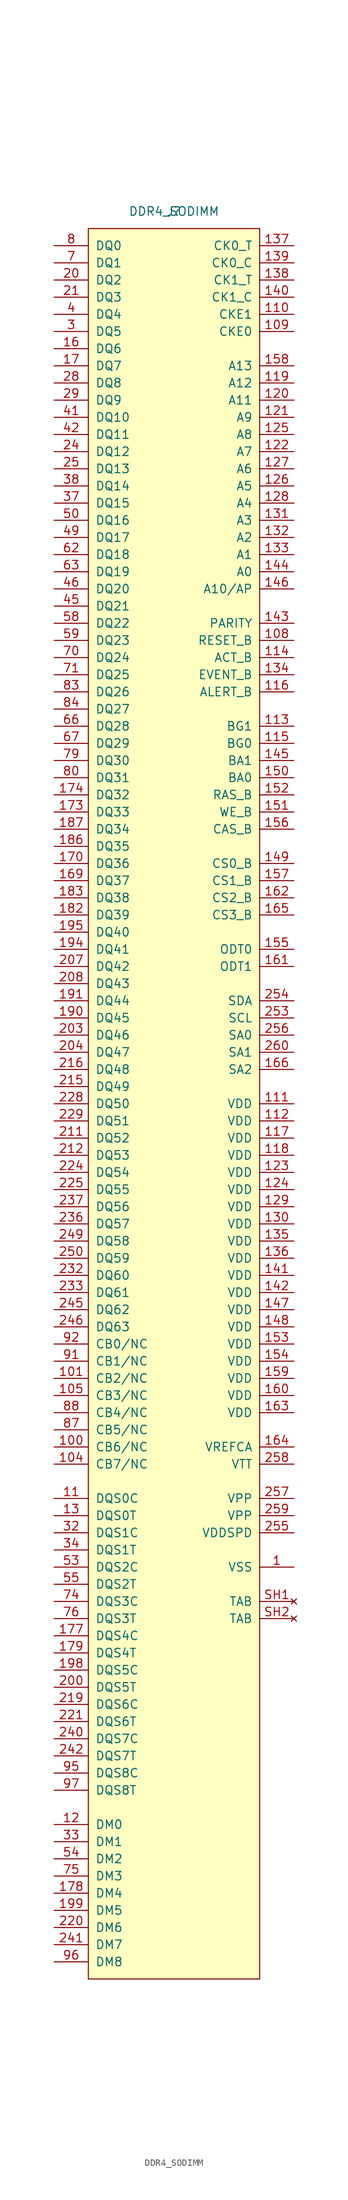
<source format=kicad_sym>
(kicad_symbol_lib
  (version 20211014)
  (generator kicad_symbol_editor)
  (symbol "DDR4_SODIMM"
    (pin_names
      (offset 1.016))
    (property "Reference" "J"
      (at 0 0 0)
      (effects (font (size 1.27 1.27))))
    (property "Value" "DDR4_SODIMM"
      (at 0 0 0)
      (effects (font (size 1.27 1.27))))
    (symbol "DDR4_SODIMM_0_1"
      (rectangle (start -12.7 -2.54) (end 12.7 -261.62) (stroke (width 0) (type default) (color 0 0 0 0)) (fill (type background))))
    (symbol "DDR4_SODIMM_1_1"
      (pin power_in line (at 17.78 -200.66 180) (length 5.08) (name "VSS" (effects (font (size 1.27 1.27)))) (number "1" (effects (font (size 1.27 1.27)))))
      (pin power_in line (at 17.78 -200.66 180) (length 5.08) hide (name "VSS" (effects (font (size 1.27 1.27)))) (number "10" (effects (font (size 1.27 1.27)))))
      (pin bidirectional line (at -17.78 -182.88 0) (length 5.08) (name "CB6/NC" (effects (font (size 1.27 1.27)))) (number "100" (effects (font (size 1.27 1.27)))))
      (pin bidirectional line (at -17.78 -172.72 0) (length 5.08) (name "CB2/NC" (effects (font (size 1.27 1.27)))) (number "101" (effects (font (size 1.27 1.27)))))
      (pin power_in line (at 17.78 -200.66 180) (length 5.08) hide (name "VSS" (effects (font (size 1.27 1.27)))) (number "102" (effects (font (size 1.27 1.27)))))
      (pin power_in line (at 17.78 -200.66 180) (length 5.08) hide (name "VSS" (effects (font (size 1.27 1.27)))) (number "103" (effects (font (size 1.27 1.27)))))
      (pin bidirectional line (at -17.78 -185.42 0) (length 5.08) (name "CB7/NC" (effects (font (size 1.27 1.27)))) (number "104" (effects (font (size 1.27 1.27)))))
      (pin bidirectional line (at -17.78 -175.26 0) (length 5.08) (name "CB3/NC" (effects (font (size 1.27 1.27)))) (number "105" (effects (font (size 1.27 1.27)))))
      (pin power_in line (at 17.78 -200.66 180) (length 5.08) hide (name "VSS" (effects (font (size 1.27 1.27)))) (number "106" (effects (font (size 1.27 1.27)))))
      (pin power_in line (at 17.78 -200.66 180) (length 5.08) hide (name "VSS" (effects (font (size 1.27 1.27)))) (number "107" (effects (font (size 1.27 1.27)))))
      (pin input line (at 17.78 -63.5 180) (length 5.08) (name "RESET_B" (effects (font (size 1.27 1.27)))) (number "108" (effects (font (size 1.27 1.27)))))
      (pin input line (at 17.78 -17.78 180) (length 5.08) (name "CKE0" (effects (font (size 1.27 1.27)))) (number "109" (effects (font (size 1.27 1.27)))))
      (pin bidirectional line (at -17.78 -190.5 0) (length 5.08) (name "DQS0C" (effects (font (size 1.27 1.27)))) (number "11" (effects (font (size 1.27 1.27)))))
      (pin input line (at 17.78 -15.24 180) (length 5.08) (name "CKE1" (effects (font (size 1.27 1.27)))) (number "110" (effects (font (size 1.27 1.27)))))
      (pin power_in line (at 17.78 -132.08 180) (length 5.08) (name "VDD" (effects (font (size 1.27 1.27)))) (number "111" (effects (font (size 1.27 1.27)))))
      (pin power_in line (at 17.78 -134.62 180) (length 5.08) (name "VDD" (effects (font (size 1.27 1.27)))) (number "112" (effects (font (size 1.27 1.27)))))
      (pin input line (at 17.78 -76.2 180) (length 5.08) (name "BG1" (effects (font (size 1.27 1.27)))) (number "113" (effects (font (size 1.27 1.27)))))
      (pin input line (at 17.78 -66.04 180) (length 5.08) (name "ACT_B" (effects (font (size 1.27 1.27)))) (number "114" (effects (font (size 1.27 1.27)))))
      (pin input line (at 17.78 -78.74 180) (length 5.08) (name "BG0" (effects (font (size 1.27 1.27)))) (number "115" (effects (font (size 1.27 1.27)))))
      (pin input line (at 17.78 -71.12 180) (length 5.08) (name "ALERT_B" (effects (font (size 1.27 1.27)))) (number "116" (effects (font (size 1.27 1.27)))))
      (pin power_in line (at 17.78 -137.16 180) (length 5.08) (name "VDD" (effects (font (size 1.27 1.27)))) (number "117" (effects (font (size 1.27 1.27)))))
      (pin power_in line (at 17.78 -139.7 180) (length 5.08) (name "VDD" (effects (font (size 1.27 1.27)))) (number "118" (effects (font (size 1.27 1.27)))))
      (pin input line (at 17.78 -25.4 180) (length 5.08) (name "A12" (effects (font (size 1.27 1.27)))) (number "119" (effects (font (size 1.27 1.27)))))
      (pin input line (at -17.78 -238.76 0) (length 5.08) (name "DM0" (effects (font (size 1.27 1.27)))) (number "12" (effects (font (size 1.27 1.27)))))
      (pin input line (at 17.78 -27.94 180) (length 5.08) (name "A11" (effects (font (size 1.27 1.27)))) (number "120" (effects (font (size 1.27 1.27)))))
      (pin input line (at 17.78 -30.48 180) (length 5.08) (name "A9" (effects (font (size 1.27 1.27)))) (number "121" (effects (font (size 1.27 1.27)))))
      (pin input line (at 17.78 -35.56 180) (length 5.08) (name "A7" (effects (font (size 1.27 1.27)))) (number "122" (effects (font (size 1.27 1.27)))))
      (pin power_in line (at 17.78 -142.24 180) (length 5.08) (name "VDD" (effects (font (size 1.27 1.27)))) (number "123" (effects (font (size 1.27 1.27)))))
      (pin power_in line (at 17.78 -144.78 180) (length 5.08) (name "VDD" (effects (font (size 1.27 1.27)))) (number "124" (effects (font (size 1.27 1.27)))))
      (pin input line (at 17.78 -33.02 180) (length 5.08) (name "A8" (effects (font (size 1.27 1.27)))) (number "125" (effects (font (size 1.27 1.27)))))
      (pin input line (at 17.78 -40.64 180) (length 5.08) (name "A5" (effects (font (size 1.27 1.27)))) (number "126" (effects (font (size 1.27 1.27)))))
      (pin input line (at 17.78 -38.1 180) (length 5.08) (name "A6" (effects (font (size 1.27 1.27)))) (number "127" (effects (font (size 1.27 1.27)))))
      (pin input line (at 17.78 -43.18 180) (length 5.08) (name "A4" (effects (font (size 1.27 1.27)))) (number "128" (effects (font (size 1.27 1.27)))))
      (pin power_in line (at 17.78 -147.32 180) (length 5.08) (name "VDD" (effects (font (size 1.27 1.27)))) (number "129" (effects (font (size 1.27 1.27)))))
      (pin bidirectional line (at -17.78 -193.04 0) (length 5.08) (name "DQS0T" (effects (font (size 1.27 1.27)))) (number "13" (effects (font (size 1.27 1.27)))))
      (pin power_in line (at 17.78 -149.86 180) (length 5.08) (name "VDD" (effects (font (size 1.27 1.27)))) (number "130" (effects (font (size 1.27 1.27)))))
      (pin input line (at 17.78 -45.72 180) (length 5.08) (name "A3" (effects (font (size 1.27 1.27)))) (number "131" (effects (font (size 1.27 1.27)))))
      (pin input line (at 17.78 -48.26 180) (length 5.08) (name "A2" (effects (font (size 1.27 1.27)))) (number "132" (effects (font (size 1.27 1.27)))))
      (pin input line (at 17.78 -50.8 180) (length 5.08) (name "A1" (effects (font (size 1.27 1.27)))) (number "133" (effects (font (size 1.27 1.27)))))
      (pin input line (at 17.78 -68.58 180) (length 5.08) (name "EVENT_B" (effects (font (size 1.27 1.27)))) (number "134" (effects (font (size 1.27 1.27)))))
      (pin power_in line (at 17.78 -152.4 180) (length 5.08) (name "VDD" (effects (font (size 1.27 1.27)))) (number "135" (effects (font (size 1.27 1.27)))))
      (pin power_in line (at 17.78 -154.94 180) (length 5.08) (name "VDD" (effects (font (size 1.27 1.27)))) (number "136" (effects (font (size 1.27 1.27)))))
      (pin input line (at 17.78 -5.08 180) (length 5.08) (name "CK0_T" (effects (font (size 1.27 1.27)))) (number "137" (effects (font (size 1.27 1.27)))))
      (pin input line (at 17.78 -10.16 180) (length 5.08) (name "CK1_T" (effects (font (size 1.27 1.27)))) (number "138" (effects (font (size 1.27 1.27)))))
      (pin input line (at 17.78 -7.62 180) (length 5.08) (name "CK0_C" (effects (font (size 1.27 1.27)))) (number "139" (effects (font (size 1.27 1.27)))))
      (pin power_in line (at 17.78 -200.66 180) (length 5.08) hide (name "VSS" (effects (font (size 1.27 1.27)))) (number "14" (effects (font (size 1.27 1.27)))))
      (pin input line (at 17.78 -12.7 180) (length 5.08) (name "CK1_C" (effects (font (size 1.27 1.27)))) (number "140" (effects (font (size 1.27 1.27)))))
      (pin power_in line (at 17.78 -157.48 180) (length 5.08) (name "VDD" (effects (font (size 1.27 1.27)))) (number "141" (effects (font (size 1.27 1.27)))))
      (pin power_in line (at 17.78 -160.02 180) (length 5.08) (name "VDD" (effects (font (size 1.27 1.27)))) (number "142" (effects (font (size 1.27 1.27)))))
      (pin input line (at 17.78 -60.96 180) (length 5.08) (name "PARITY" (effects (font (size 1.27 1.27)))) (number "143" (effects (font (size 1.27 1.27)))))
      (pin input line (at 17.78 -53.34 180) (length 5.08) (name "A0" (effects (font (size 1.27 1.27)))) (number "144" (effects (font (size 1.27 1.27)))))
      (pin input line (at 17.78 -81.28 180) (length 5.08) (name "BA1" (effects (font (size 1.27 1.27)))) (number "145" (effects (font (size 1.27 1.27)))))
      (pin input line (at 17.78 -55.88 180) (length 5.08) (name "A10/AP" (effects (font (size 1.27 1.27)))) (number "146" (effects (font (size 1.27 1.27)))))
      (pin power_in line (at 17.78 -162.56 180) (length 5.08) (name "VDD" (effects (font (size 1.27 1.27)))) (number "147" (effects (font (size 1.27 1.27)))))
      (pin power_in line (at 17.78 -165.1 180) (length 5.08) (name "VDD" (effects (font (size 1.27 1.27)))) (number "148" (effects (font (size 1.27 1.27)))))
      (pin input line (at 17.78 -96.52 180) (length 5.08) (name "CS0_B" (effects (font (size 1.27 1.27)))) (number "149" (effects (font (size 1.27 1.27)))))
      (pin power_in line (at 17.78 -200.66 180) (length 5.08) hide (name "VSS" (effects (font (size 1.27 1.27)))) (number "15" (effects (font (size 1.27 1.27)))))
      (pin input line (at 17.78 -83.82 180) (length 5.08) (name "BA0" (effects (font (size 1.27 1.27)))) (number "150" (effects (font (size 1.27 1.27)))))
      (pin input line (at 17.78 -88.9 180) (length 5.08) (name "WE_B" (effects (font (size 1.27 1.27)))) (number "151" (effects (font (size 1.27 1.27)))))
      (pin input line (at 17.78 -86.36 180) (length 5.08) (name "RAS_B" (effects (font (size 1.27 1.27)))) (number "152" (effects (font (size 1.27 1.27)))))
      (pin power_in line (at 17.78 -167.64 180) (length 5.08) (name "VDD" (effects (font (size 1.27 1.27)))) (number "153" (effects (font (size 1.27 1.27)))))
      (pin power_in line (at 17.78 -170.18 180) (length 5.08) (name "VDD" (effects (font (size 1.27 1.27)))) (number "154" (effects (font (size 1.27 1.27)))))
      (pin input line (at 17.78 -109.22 180) (length 5.08) (name "ODT0" (effects (font (size 1.27 1.27)))) (number "155" (effects (font (size 1.27 1.27)))))
      (pin input line (at 17.78 -91.44 180) (length 5.08) (name "CAS_B" (effects (font (size 1.27 1.27)))) (number "156" (effects (font (size 1.27 1.27)))))
      (pin input line (at 17.78 -99.06 180) (length 5.08) (name "CS1_B" (effects (font (size 1.27 1.27)))) (number "157" (effects (font (size 1.27 1.27)))))
      (pin input line (at 17.78 -22.86 180) (length 5.08) (name "A13" (effects (font (size 1.27 1.27)))) (number "158" (effects (font (size 1.27 1.27)))))
      (pin power_in line (at 17.78 -172.72 180) (length 5.08) (name "VDD" (effects (font (size 1.27 1.27)))) (number "159" (effects (font (size 1.27 1.27)))))
      (pin bidirectional line (at -17.78 -20.32 0) (length 5.08) (name "DQ6" (effects (font (size 1.27 1.27)))) (number "16" (effects (font (size 1.27 1.27)))))
      (pin power_in line (at 17.78 -175.26 180) (length 5.08) (name "VDD" (effects (font (size 1.27 1.27)))) (number "160" (effects (font (size 1.27 1.27)))))
      (pin input line (at 17.78 -111.76 180) (length 5.08) (name "ODT1" (effects (font (size 1.27 1.27)))) (number "161" (effects (font (size 1.27 1.27)))))
      (pin input line (at 17.78 -101.6 180) (length 5.08) (name "CS2_B" (effects (font (size 1.27 1.27)))) (number "162" (effects (font (size 1.27 1.27)))))
      (pin power_in line (at 17.78 -177.8 180) (length 5.08) (name "VDD" (effects (font (size 1.27 1.27)))) (number "163" (effects (font (size 1.27 1.27)))))
      (pin power_in line (at 17.78 -182.88 180) (length 5.08) (name "VREFCA" (effects (font (size 1.27 1.27)))) (number "164" (effects (font (size 1.27 1.27)))))
      (pin input line (at 17.78 -104.14 180) (length 5.08) (name "CS3_B" (effects (font (size 1.27 1.27)))) (number "165" (effects (font (size 1.27 1.27)))))
      (pin bidirectional line (at 17.78 -127 180) (length 5.08) (name "SA2" (effects (font (size 1.27 1.27)))) (number "166" (effects (font (size 1.27 1.27)))))
      (pin power_in line (at 17.78 -200.66 180) (length 5.08) hide (name "VSS" (effects (font (size 1.27 1.27)))) (number "167" (effects (font (size 1.27 1.27)))))
      (pin power_in line (at 17.78 -200.66 180) (length 5.08) hide (name "VSS" (effects (font (size 1.27 1.27)))) (number "168" (effects (font (size 1.27 1.27)))))
      (pin bidirectional line (at -17.78 -99.06 0) (length 5.08) (name "DQ37" (effects (font (size 1.27 1.27)))) (number "169" (effects (font (size 1.27 1.27)))))
      (pin bidirectional line (at -17.78 -22.86 0) (length 5.08) (name "DQ7" (effects (font (size 1.27 1.27)))) (number "17" (effects (font (size 1.27 1.27)))))
      (pin bidirectional line (at -17.78 -96.52 0) (length 5.08) (name "DQ36" (effects (font (size 1.27 1.27)))) (number "170" (effects (font (size 1.27 1.27)))))
      (pin power_in line (at 17.78 -200.66 180) (length 5.08) hide (name "VSS" (effects (font (size 1.27 1.27)))) (number "171" (effects (font (size 1.27 1.27)))))
      (pin power_in line (at 17.78 -200.66 180) (length 5.08) hide (name "VSS" (effects (font (size 1.27 1.27)))) (number "172" (effects (font (size 1.27 1.27)))))
      (pin bidirectional line (at -17.78 -88.9 0) (length 5.08) (name "DQ33" (effects (font (size 1.27 1.27)))) (number "173" (effects (font (size 1.27 1.27)))))
      (pin bidirectional line (at -17.78 -86.36 0) (length 5.08) (name "DQ32" (effects (font (size 1.27 1.27)))) (number "174" (effects (font (size 1.27 1.27)))))
      (pin power_in line (at 17.78 -200.66 180) (length 5.08) hide (name "VSS" (effects (font (size 1.27 1.27)))) (number "175" (effects (font (size 1.27 1.27)))))
      (pin power_in line (at 17.78 -200.66 180) (length 5.08) hide (name "VSS" (effects (font (size 1.27 1.27)))) (number "176" (effects (font (size 1.27 1.27)))))
      (pin bidirectional line (at -17.78 -210.82 0) (length 5.08) (name "DQS4C" (effects (font (size 1.27 1.27)))) (number "177" (effects (font (size 1.27 1.27)))))
      (pin input line (at -17.78 -248.92 0) (length 5.08) (name "DM4" (effects (font (size 1.27 1.27)))) (number "178" (effects (font (size 1.27 1.27)))))
      (pin bidirectional line (at -17.78 -213.36 0) (length 5.08) (name "DQS4T" (effects (font (size 1.27 1.27)))) (number "179" (effects (font (size 1.27 1.27)))))
      (pin power_in line (at 17.78 -200.66 180) (length 5.08) hide (name "VSS" (effects (font (size 1.27 1.27)))) (number "18" (effects (font (size 1.27 1.27)))))
      (pin power_in line (at 17.78 -200.66 180) (length 5.08) hide (name "VSS" (effects (font (size 1.27 1.27)))) (number "180" (effects (font (size 1.27 1.27)))))
      (pin power_in line (at 17.78 -200.66 180) (length 5.08) hide (name "VSS" (effects (font (size 1.27 1.27)))) (number "181" (effects (font (size 1.27 1.27)))))
      (pin bidirectional line (at -17.78 -104.14 0) (length 5.08) (name "DQ39" (effects (font (size 1.27 1.27)))) (number "182" (effects (font (size 1.27 1.27)))))
      (pin bidirectional line (at -17.78 -101.6 0) (length 5.08) (name "DQ38" (effects (font (size 1.27 1.27)))) (number "183" (effects (font (size 1.27 1.27)))))
      (pin power_in line (at 17.78 -200.66 180) (length 5.08) hide (name "VSS" (effects (font (size 1.27 1.27)))) (number "184" (effects (font (size 1.27 1.27)))))
      (pin power_in line (at 17.78 -200.66 180) (length 5.08) hide (name "VSS" (effects (font (size 1.27 1.27)))) (number "185" (effects (font (size 1.27 1.27)))))
      (pin bidirectional line (at -17.78 -93.98 0) (length 5.08) (name "DQ35" (effects (font (size 1.27 1.27)))) (number "186" (effects (font (size 1.27 1.27)))))
      (pin bidirectional line (at -17.78 -91.44 0) (length 5.08) (name "DQ34" (effects (font (size 1.27 1.27)))) (number "187" (effects (font (size 1.27 1.27)))))
      (pin power_in line (at 17.78 -200.66 180) (length 5.08) hide (name "VSS" (effects (font (size 1.27 1.27)))) (number "188" (effects (font (size 1.27 1.27)))))
      (pin power_in line (at 17.78 -200.66 180) (length 5.08) hide (name "VSS" (effects (font (size 1.27 1.27)))) (number "189" (effects (font (size 1.27 1.27)))))
      (pin power_in line (at 17.78 -200.66 180) (length 5.08) hide (name "VSS" (effects (font (size 1.27 1.27)))) (number "19" (effects (font (size 1.27 1.27)))))
      (pin bidirectional line (at -17.78 -119.38 0) (length 5.08) (name "DQ45" (effects (font (size 1.27 1.27)))) (number "190" (effects (font (size 1.27 1.27)))))
      (pin bidirectional line (at -17.78 -116.84 0) (length 5.08) (name "DQ44" (effects (font (size 1.27 1.27)))) (number "191" (effects (font (size 1.27 1.27)))))
      (pin power_in line (at 17.78 -200.66 180) (length 5.08) hide (name "VSS" (effects (font (size 1.27 1.27)))) (number "192" (effects (font (size 1.27 1.27)))))
      (pin power_in line (at 17.78 -200.66 180) (length 5.08) hide (name "VSS" (effects (font (size 1.27 1.27)))) (number "193" (effects (font (size 1.27 1.27)))))
      (pin bidirectional line (at -17.78 -109.22 0) (length 5.08) (name "DQ41" (effects (font (size 1.27 1.27)))) (number "194" (effects (font (size 1.27 1.27)))))
      (pin bidirectional line (at -17.78 -106.68 0) (length 5.08) (name "DQ40" (effects (font (size 1.27 1.27)))) (number "195" (effects (font (size 1.27 1.27)))))
      (pin power_in line (at 17.78 -200.66 180) (length 5.08) hide (name "VSS" (effects (font (size 1.27 1.27)))) (number "196" (effects (font (size 1.27 1.27)))))
      (pin power_in line (at 17.78 -200.66 180) (length 5.08) hide (name "VSS" (effects (font (size 1.27 1.27)))) (number "197" (effects (font (size 1.27 1.27)))))
      (pin bidirectional line (at -17.78 -215.9 0) (length 5.08) (name "DQS5C" (effects (font (size 1.27 1.27)))) (number "198" (effects (font (size 1.27 1.27)))))
      (pin input line (at -17.78 -251.46 0) (length 5.08) (name "DM5" (effects (font (size 1.27 1.27)))) (number "199" (effects (font (size 1.27 1.27)))))
      (pin power_in line (at 17.78 -200.66 180) (length 5.08) hide (name "VSS" (effects (font (size 1.27 1.27)))) (number "2" (effects (font (size 1.27 1.27)))))
      (pin bidirectional line (at -17.78 -10.16 0) (length 5.08) (name "DQ2" (effects (font (size 1.27 1.27)))) (number "20" (effects (font (size 1.27 1.27)))))
      (pin bidirectional line (at -17.78 -218.44 0) (length 5.08) (name "DQS5T" (effects (font (size 1.27 1.27)))) (number "200" (effects (font (size 1.27 1.27)))))
      (pin power_in line (at 17.78 -200.66 180) (length 5.08) hide (name "VSS" (effects (font (size 1.27 1.27)))) (number "201" (effects (font (size 1.27 1.27)))))
      (pin power_in line (at 17.78 -200.66 180) (length 5.08) hide (name "VSS" (effects (font (size 1.27 1.27)))) (number "202" (effects (font (size 1.27 1.27)))))
      (pin bidirectional line (at -17.78 -121.92 0) (length 5.08) (name "DQ46" (effects (font (size 1.27 1.27)))) (number "203" (effects (font (size 1.27 1.27)))))
      (pin bidirectional line (at -17.78 -124.46 0) (length 5.08) (name "DQ47" (effects (font (size 1.27 1.27)))) (number "204" (effects (font (size 1.27 1.27)))))
      (pin power_in line (at 17.78 -200.66 180) (length 5.08) hide (name "VSS" (effects (font (size 1.27 1.27)))) (number "205" (effects (font (size 1.27 1.27)))))
      (pin power_in line (at 17.78 -200.66 180) (length 5.08) hide (name "VSS" (effects (font (size 1.27 1.27)))) (number "206" (effects (font (size 1.27 1.27)))))
      (pin bidirectional line (at -17.78 -111.76 0) (length 5.08) (name "DQ42" (effects (font (size 1.27 1.27)))) (number "207" (effects (font (size 1.27 1.27)))))
      (pin bidirectional line (at -17.78 -114.3 0) (length 5.08) (name "DQ43" (effects (font (size 1.27 1.27)))) (number "208" (effects (font (size 1.27 1.27)))))
      (pin power_in line (at 17.78 -200.66 180) (length 5.08) hide (name "VSS" (effects (font (size 1.27 1.27)))) (number "209" (effects (font (size 1.27 1.27)))))
      (pin bidirectional line (at -17.78 -12.7 0) (length 5.08) (name "DQ3" (effects (font (size 1.27 1.27)))) (number "21" (effects (font (size 1.27 1.27)))))
      (pin power_in line (at 17.78 -200.66 180) (length 5.08) hide (name "VSS" (effects (font (size 1.27 1.27)))) (number "210" (effects (font (size 1.27 1.27)))))
      (pin bidirectional line (at -17.78 -137.16 0) (length 5.08) (name "DQ52" (effects (font (size 1.27 1.27)))) (number "211" (effects (font (size 1.27 1.27)))))
      (pin bidirectional line (at -17.78 -139.7 0) (length 5.08) (name "DQ53" (effects (font (size 1.27 1.27)))) (number "212" (effects (font (size 1.27 1.27)))))
      (pin power_in line (at 17.78 -200.66 180) (length 5.08) hide (name "VSS" (effects (font (size 1.27 1.27)))) (number "213" (effects (font (size 1.27 1.27)))))
      (pin power_in line (at 17.78 -200.66 180) (length 5.08) hide (name "VSS" (effects (font (size 1.27 1.27)))) (number "214" (effects (font (size 1.27 1.27)))))
      (pin bidirectional line (at -17.78 -129.54 0) (length 5.08) (name "DQ49" (effects (font (size 1.27 1.27)))) (number "215" (effects (font (size 1.27 1.27)))))
      (pin bidirectional line (at -17.78 -127 0) (length 5.08) (name "DQ48" (effects (font (size 1.27 1.27)))) (number "216" (effects (font (size 1.27 1.27)))))
      (pin power_in line (at 17.78 -200.66 180) (length 5.08) hide (name "VSS" (effects (font (size 1.27 1.27)))) (number "217" (effects (font (size 1.27 1.27)))))
      (pin power_in line (at 17.78 -200.66 180) (length 5.08) hide (name "VSS" (effects (font (size 1.27 1.27)))) (number "218" (effects (font (size 1.27 1.27)))))
      (pin bidirectional line (at -17.78 -220.98 0) (length 5.08) (name "DQS6C" (effects (font (size 1.27 1.27)))) (number "219" (effects (font (size 1.27 1.27)))))
      (pin power_in line (at 17.78 -200.66 180) (length 5.08) hide (name "VSS" (effects (font (size 1.27 1.27)))) (number "22" (effects (font (size 1.27 1.27)))))
      (pin input line (at -17.78 -254 0) (length 5.08) (name "DM6" (effects (font (size 1.27 1.27)))) (number "220" (effects (font (size 1.27 1.27)))))
      (pin bidirectional line (at -17.78 -223.52 0) (length 5.08) (name "DQS6T" (effects (font (size 1.27 1.27)))) (number "221" (effects (font (size 1.27 1.27)))))
      (pin power_in line (at 17.78 -200.66 180) (length 5.08) hide (name "VSS" (effects (font (size 1.27 1.27)))) (number "222" (effects (font (size 1.27 1.27)))))
      (pin power_in line (at 17.78 -200.66 180) (length 5.08) hide (name "VSS" (effects (font (size 1.27 1.27)))) (number "223" (effects (font (size 1.27 1.27)))))
      (pin bidirectional line (at -17.78 -142.24 0) (length 5.08) (name "DQ54" (effects (font (size 1.27 1.27)))) (number "224" (effects (font (size 1.27 1.27)))))
      (pin bidirectional line (at -17.78 -144.78 0) (length 5.08) (name "DQ55" (effects (font (size 1.27 1.27)))) (number "225" (effects (font (size 1.27 1.27)))))
      (pin power_in line (at 17.78 -200.66 180) (length 5.08) hide (name "VSS" (effects (font (size 1.27 1.27)))) (number "226" (effects (font (size 1.27 1.27)))))
      (pin power_in line (at 17.78 -200.66 180) (length 5.08) hide (name "VSS" (effects (font (size 1.27 1.27)))) (number "227" (effects (font (size 1.27 1.27)))))
      (pin bidirectional line (at -17.78 -132.08 0) (length 5.08) (name "DQ50" (effects (font (size 1.27 1.27)))) (number "228" (effects (font (size 1.27 1.27)))))
      (pin bidirectional line (at -17.78 -134.62 0) (length 5.08) (name "DQ51" (effects (font (size 1.27 1.27)))) (number "229" (effects (font (size 1.27 1.27)))))
      (pin power_in line (at 17.78 -200.66 180) (length 5.08) hide (name "VSS" (effects (font (size 1.27 1.27)))) (number "23" (effects (font (size 1.27 1.27)))))
      (pin power_in line (at 17.78 -200.66 180) (length 5.08) hide (name "VSS" (effects (font (size 1.27 1.27)))) (number "230" (effects (font (size 1.27 1.27)))))
      (pin power_in line (at 17.78 -200.66 180) (length 5.08) hide (name "VSS" (effects (font (size 1.27 1.27)))) (number "231" (effects (font (size 1.27 1.27)))))
      (pin bidirectional line (at -17.78 -157.48 0) (length 5.08) (name "DQ60" (effects (font (size 1.27 1.27)))) (number "232" (effects (font (size 1.27 1.27)))))
      (pin bidirectional line (at -17.78 -160.02 0) (length 5.08) (name "DQ61" (effects (font (size 1.27 1.27)))) (number "233" (effects (font (size 1.27 1.27)))))
      (pin power_in line (at 17.78 -200.66 180) (length 5.08) hide (name "VSS" (effects (font (size 1.27 1.27)))) (number "234" (effects (font (size 1.27 1.27)))))
      (pin power_in line (at 17.78 -200.66 180) (length 5.08) hide (name "VSS" (effects (font (size 1.27 1.27)))) (number "235" (effects (font (size 1.27 1.27)))))
      (pin bidirectional line (at -17.78 -149.86 0) (length 5.08) (name "DQ57" (effects (font (size 1.27 1.27)))) (number "236" (effects (font (size 1.27 1.27)))))
      (pin bidirectional line (at -17.78 -147.32 0) (length 5.08) (name "DQ56" (effects (font (size 1.27 1.27)))) (number "237" (effects (font (size 1.27 1.27)))))
      (pin power_in line (at 17.78 -200.66 180) (length 5.08) hide (name "VSS" (effects (font (size 1.27 1.27)))) (number "238" (effects (font (size 1.27 1.27)))))
      (pin power_in line (at 17.78 -200.66 180) (length 5.08) hide (name "VSS" (effects (font (size 1.27 1.27)))) (number "239" (effects (font (size 1.27 1.27)))))
      (pin bidirectional line (at -17.78 -35.56 0) (length 5.08) (name "DQ12" (effects (font (size 1.27 1.27)))) (number "24" (effects (font (size 1.27 1.27)))))
      (pin bidirectional line (at -17.78 -226.06 0) (length 5.08) (name "DQS7C" (effects (font (size 1.27 1.27)))) (number "240" (effects (font (size 1.27 1.27)))))
      (pin input line (at -17.78 -256.54 0) (length 5.08) (name "DM7" (effects (font (size 1.27 1.27)))) (number "241" (effects (font (size 1.27 1.27)))))
      (pin bidirectional line (at -17.78 -228.6 0) (length 5.08) (name "DQS7T" (effects (font (size 1.27 1.27)))) (number "242" (effects (font (size 1.27 1.27)))))
      (pin power_in line (at 17.78 -200.66 180) (length 5.08) hide (name "VSS" (effects (font (size 1.27 1.27)))) (number "243" (effects (font (size 1.27 1.27)))))
      (pin power_in line (at 17.78 -200.66 180) (length 5.08) hide (name "VSS" (effects (font (size 1.27 1.27)))) (number "244" (effects (font (size 1.27 1.27)))))
      (pin bidirectional line (at -17.78 -162.56 0) (length 5.08) (name "DQ62" (effects (font (size 1.27 1.27)))) (number "245" (effects (font (size 1.27 1.27)))))
      (pin bidirectional line (at -17.78 -165.1 0) (length 5.08) (name "DQ63" (effects (font (size 1.27 1.27)))) (number "246" (effects (font (size 1.27 1.27)))))
      (pin power_in line (at 17.78 -200.66 180) (length 5.08) hide (name "VSS" (effects (font (size 1.27 1.27)))) (number "247" (effects (font (size 1.27 1.27)))))
      (pin power_in line (at 17.78 -200.66 180) (length 5.08) hide (name "VSS" (effects (font (size 1.27 1.27)))) (number "248" (effects (font (size 1.27 1.27)))))
      (pin bidirectional line (at -17.78 -152.4 0) (length 5.08) (name "DQ58" (effects (font (size 1.27 1.27)))) (number "249" (effects (font (size 1.27 1.27)))))
      (pin bidirectional line (at -17.78 -38.1 0) (length 5.08) (name "DQ13" (effects (font (size 1.27 1.27)))) (number "25" (effects (font (size 1.27 1.27)))))
      (pin bidirectional line (at -17.78 -154.94 0) (length 5.08) (name "DQ59" (effects (font (size 1.27 1.27)))) (number "250" (effects (font (size 1.27 1.27)))))
      (pin power_in line (at 17.78 -200.66 180) (length 5.08) hide (name "VSS" (effects (font (size 1.27 1.27)))) (number "251" (effects (font (size 1.27 1.27)))))
      (pin power_in line (at 17.78 -200.66 180) (length 5.08) hide (name "VSS" (effects (font (size 1.27 1.27)))) (number "252" (effects (font (size 1.27 1.27)))))
      (pin bidirectional line (at 17.78 -119.38 180) (length 5.08) (name "SCL" (effects (font (size 1.27 1.27)))) (number "253" (effects (font (size 1.27 1.27)))))
      (pin bidirectional line (at 17.78 -116.84 180) (length 5.08) (name "SDA" (effects (font (size 1.27 1.27)))) (number "254" (effects (font (size 1.27 1.27)))))
      (pin power_in line (at 17.78 -195.58 180) (length 5.08) (name "VDDSPD" (effects (font (size 1.27 1.27)))) (number "255" (effects (font (size 1.27 1.27)))))
      (pin bidirectional line (at 17.78 -121.92 180) (length 5.08) (name "SA0" (effects (font (size 1.27 1.27)))) (number "256" (effects (font (size 1.27 1.27)))))
      (pin power_in line (at 17.78 -190.5 180) (length 5.08) (name "VPP" (effects (font (size 1.27 1.27)))) (number "257" (effects (font (size 1.27 1.27)))))
      (pin power_in line (at 17.78 -185.42 180) (length 5.08) (name "VTT" (effects (font (size 1.27 1.27)))) (number "258" (effects (font (size 1.27 1.27)))))
      (pin power_in line (at 17.78 -193.04 180) (length 5.08) (name "VPP" (effects (font (size 1.27 1.27)))) (number "259" (effects (font (size 1.27 1.27)))))
      (pin power_in line (at 17.78 -200.66 180) (length 5.08) hide (name "VSS" (effects (font (size 1.27 1.27)))) (number "26" (effects (font (size 1.27 1.27)))))
      (pin bidirectional line (at 17.78 -124.46 180) (length 5.08) (name "SA1" (effects (font (size 1.27 1.27)))) (number "260" (effects (font (size 1.27 1.27)))))
      (pin power_in line (at 17.78 -200.66 180) (length 5.08) hide (name "VSS" (effects (font (size 1.27 1.27)))) (number "27" (effects (font (size 1.27 1.27)))))
      (pin bidirectional line (at -17.78 -25.4 0) (length 5.08) (name "DQ8" (effects (font (size 1.27 1.27)))) (number "28" (effects (font (size 1.27 1.27)))))
      (pin bidirectional line (at -17.78 -27.94 0) (length 5.08) (name "DQ9" (effects (font (size 1.27 1.27)))) (number "29" (effects (font (size 1.27 1.27)))))
      (pin bidirectional line (at -17.78 -17.78 0) (length 5.08) (name "DQ5" (effects (font (size 1.27 1.27)))) (number "3" (effects (font (size 1.27 1.27)))))
      (pin power_in line (at 17.78 -200.66 180) (length 5.08) hide (name "VSS" (effects (font (size 1.27 1.27)))) (number "30" (effects (font (size 1.27 1.27)))))
      (pin power_in line (at 17.78 -200.66 180) (length 5.08) hide (name "VSS" (effects (font (size 1.27 1.27)))) (number "31" (effects (font (size 1.27 1.27)))))
      (pin bidirectional line (at -17.78 -195.58 0) (length 5.08) (name "DQS1C" (effects (font (size 1.27 1.27)))) (number "32" (effects (font (size 1.27 1.27)))))
      (pin input line (at -17.78 -241.3 0) (length 5.08) (name "DM1" (effects (font (size 1.27 1.27)))) (number "33" (effects (font (size 1.27 1.27)))))
      (pin bidirectional line (at -17.78 -198.12 0) (length 5.08) (name "DQS1T" (effects (font (size 1.27 1.27)))) (number "34" (effects (font (size 1.27 1.27)))))
      (pin power_in line (at 17.78 -200.66 180) (length 5.08) hide (name "VSS" (effects (font (size 1.27 1.27)))) (number "35" (effects (font (size 1.27 1.27)))))
      (pin power_in line (at 17.78 -200.66 180) (length 5.08) hide (name "VSS" (effects (font (size 1.27 1.27)))) (number "36" (effects (font (size 1.27 1.27)))))
      (pin bidirectional line (at -17.78 -43.18 0) (length 5.08) (name "DQ15" (effects (font (size 1.27 1.27)))) (number "37" (effects (font (size 1.27 1.27)))))
      (pin bidirectional line (at -17.78 -40.64 0) (length 5.08) (name "DQ14" (effects (font (size 1.27 1.27)))) (number "38" (effects (font (size 1.27 1.27)))))
      (pin power_in line (at 17.78 -200.66 180) (length 5.08) hide (name "VSS" (effects (font (size 1.27 1.27)))) (number "39" (effects (font (size 1.27 1.27)))))
      (pin bidirectional line (at -17.78 -15.24 0) (length 5.08) (name "DQ4" (effects (font (size 1.27 1.27)))) (number "4" (effects (font (size 1.27 1.27)))))
      (pin power_in line (at 17.78 -200.66 180) (length 5.08) hide (name "VSS" (effects (font (size 1.27 1.27)))) (number "40" (effects (font (size 1.27 1.27)))))
      (pin bidirectional line (at -17.78 -30.48 0) (length 5.08) (name "DQ10" (effects (font (size 1.27 1.27)))) (number "41" (effects (font (size 1.27 1.27)))))
      (pin bidirectional line (at -17.78 -33.02 0) (length 5.08) (name "DQ11" (effects (font (size 1.27 1.27)))) (number "42" (effects (font (size 1.27 1.27)))))
      (pin power_in line (at 17.78 -200.66 180) (length 5.08) hide (name "VSS" (effects (font (size 1.27 1.27)))) (number "43" (effects (font (size 1.27 1.27)))))
      (pin power_in line (at 17.78 -200.66 180) (length 5.08) hide (name "VSS" (effects (font (size 1.27 1.27)))) (number "44" (effects (font (size 1.27 1.27)))))
      (pin bidirectional line (at -17.78 -58.42 0) (length 5.08) (name "DQ21" (effects (font (size 1.27 1.27)))) (number "45" (effects (font (size 1.27 1.27)))))
      (pin bidirectional line (at -17.78 -55.88 0) (length 5.08) (name "DQ20" (effects (font (size 1.27 1.27)))) (number "46" (effects (font (size 1.27 1.27)))))
      (pin power_in line (at 17.78 -200.66 180) (length 5.08) hide (name "VSS" (effects (font (size 1.27 1.27)))) (number "47" (effects (font (size 1.27 1.27)))))
      (pin power_in line (at 17.78 -200.66 180) (length 5.08) hide (name "VSS" (effects (font (size 1.27 1.27)))) (number "48" (effects (font (size 1.27 1.27)))))
      (pin bidirectional line (at -17.78 -48.26 0) (length 5.08) (name "DQ17" (effects (font (size 1.27 1.27)))) (number "49" (effects (font (size 1.27 1.27)))))
      (pin power_in line (at 17.78 -200.66 180) (length 5.08) hide (name "VSS" (effects (font (size 1.27 1.27)))) (number "5" (effects (font (size 1.27 1.27)))))
      (pin bidirectional line (at -17.78 -45.72 0) (length 5.08) (name "DQ16" (effects (font (size 1.27 1.27)))) (number "50" (effects (font (size 1.27 1.27)))))
      (pin power_in line (at 17.78 -200.66 180) (length 5.08) hide (name "VSS" (effects (font (size 1.27 1.27)))) (number "51" (effects (font (size 1.27 1.27)))))
      (pin power_in line (at 17.78 -200.66 180) (length 5.08) hide (name "VSS" (effects (font (size 1.27 1.27)))) (number "52" (effects (font (size 1.27 1.27)))))
      (pin bidirectional line (at -17.78 -200.66 0) (length 5.08) (name "DQS2C" (effects (font (size 1.27 1.27)))) (number "53" (effects (font (size 1.27 1.27)))))
      (pin input line (at -17.78 -243.84 0) (length 5.08) (name "DM2" (effects (font (size 1.27 1.27)))) (number "54" (effects (font (size 1.27 1.27)))))
      (pin bidirectional line (at -17.78 -203.2 0) (length 5.08) (name "DQS2T" (effects (font (size 1.27 1.27)))) (number "55" (effects (font (size 1.27 1.27)))))
      (pin power_in line (at 17.78 -200.66 180) (length 5.08) hide (name "VSS" (effects (font (size 1.27 1.27)))) (number "56" (effects (font (size 1.27 1.27)))))
      (pin power_in line (at 17.78 -200.66 180) (length 5.08) hide (name "VSS" (effects (font (size 1.27 1.27)))) (number "57" (effects (font (size 1.27 1.27)))))
      (pin bidirectional line (at -17.78 -60.96 0) (length 5.08) (name "DQ22" (effects (font (size 1.27 1.27)))) (number "58" (effects (font (size 1.27 1.27)))))
      (pin bidirectional line (at -17.78 -63.5 0) (length 5.08) (name "DQ23" (effects (font (size 1.27 1.27)))) (number "59" (effects (font (size 1.27 1.27)))))
      (pin power_in line (at 17.78 -200.66 180) (length 5.08) hide (name "VSS" (effects (font (size 1.27 1.27)))) (number "6" (effects (font (size 1.27 1.27)))))
      (pin power_in line (at 17.78 -200.66 180) (length 5.08) hide (name "VSS" (effects (font (size 1.27 1.27)))) (number "60" (effects (font (size 1.27 1.27)))))
      (pin power_in line (at 17.78 -200.66 180) (length 5.08) hide (name "VSS" (effects (font (size 1.27 1.27)))) (number "61" (effects (font (size 1.27 1.27)))))
      (pin bidirectional line (at -17.78 -50.8 0) (length 5.08) (name "DQ18" (effects (font (size 1.27 1.27)))) (number "62" (effects (font (size 1.27 1.27)))))
      (pin bidirectional line (at -17.78 -53.34 0) (length 5.08) (name "DQ19" (effects (font (size 1.27 1.27)))) (number "63" (effects (font (size 1.27 1.27)))))
      (pin power_in line (at 17.78 -200.66 180) (length 5.08) hide (name "VSS" (effects (font (size 1.27 1.27)))) (number "64" (effects (font (size 1.27 1.27)))))
      (pin power_in line (at 17.78 -200.66 180) (length 5.08) hide (name "VSS" (effects (font (size 1.27 1.27)))) (number "65" (effects (font (size 1.27 1.27)))))
      (pin bidirectional line (at -17.78 -76.2 0) (length 5.08) (name "DQ28" (effects (font (size 1.27 1.27)))) (number "66" (effects (font (size 1.27 1.27)))))
      (pin bidirectional line (at -17.78 -78.74 0) (length 5.08) (name "DQ29" (effects (font (size 1.27 1.27)))) (number "67" (effects (font (size 1.27 1.27)))))
      (pin power_in line (at 17.78 -200.66 180) (length 5.08) hide (name "VSS" (effects (font (size 1.27 1.27)))) (number "68" (effects (font (size 1.27 1.27)))))
      (pin power_in line (at 17.78 -200.66 180) (length 5.08) hide (name "VSS" (effects (font (size 1.27 1.27)))) (number "69" (effects (font (size 1.27 1.27)))))
      (pin bidirectional line (at -17.78 -7.62 0) (length 5.08) (name "DQ1" (effects (font (size 1.27 1.27)))) (number "7" (effects (font (size 1.27 1.27)))))
      (pin bidirectional line (at -17.78 -66.04 0) (length 5.08) (name "DQ24" (effects (font (size 1.27 1.27)))) (number "70" (effects (font (size 1.27 1.27)))))
      (pin bidirectional line (at -17.78 -68.58 0) (length 5.08) (name "DQ25" (effects (font (size 1.27 1.27)))) (number "71" (effects (font (size 1.27 1.27)))))
      (pin power_in line (at 17.78 -200.66 180) (length 5.08) hide (name "VSS" (effects (font (size 1.27 1.27)))) (number "72" (effects (font (size 1.27 1.27)))))
      (pin power_in line (at 17.78 -200.66 180) (length 5.08) hide (name "VSS" (effects (font (size 1.27 1.27)))) (number "73" (effects (font (size 1.27 1.27)))))
      (pin bidirectional line (at -17.78 -205.74 0) (length 5.08) (name "DQS3C" (effects (font (size 1.27 1.27)))) (number "74" (effects (font (size 1.27 1.27)))))
      (pin input line (at -17.78 -246.38 0) (length 5.08) (name "DM3" (effects (font (size 1.27 1.27)))) (number "75" (effects (font (size 1.27 1.27)))))
      (pin bidirectional line (at -17.78 -208.28 0) (length 5.08) (name "DQS3T" (effects (font (size 1.27 1.27)))) (number "76" (effects (font (size 1.27 1.27)))))
      (pin power_in line (at 17.78 -200.66 180) (length 5.08) hide (name "VSS" (effects (font (size 1.27 1.27)))) (number "77" (effects (font (size 1.27 1.27)))))
      (pin power_in line (at 17.78 -200.66 180) (length 5.08) hide (name "VSS" (effects (font (size 1.27 1.27)))) (number "78" (effects (font (size 1.27 1.27)))))
      (pin bidirectional line (at -17.78 -81.28 0) (length 5.08) (name "DQ30" (effects (font (size 1.27 1.27)))) (number "79" (effects (font (size 1.27 1.27)))))
      (pin bidirectional line (at -17.78 -5.08 0) (length 5.08) (name "DQ0" (effects (font (size 1.27 1.27)))) (number "8" (effects (font (size 1.27 1.27)))))
      (pin bidirectional line (at -17.78 -83.82 0) (length 5.08) (name "DQ31" (effects (font (size 1.27 1.27)))) (number "80" (effects (font (size 1.27 1.27)))))
      (pin power_in line (at 17.78 -200.66 180) (length 5.08) hide (name "VSS" (effects (font (size 1.27 1.27)))) (number "81" (effects (font (size 1.27 1.27)))))
      (pin power_in line (at 17.78 -200.66 180) (length 5.08) hide (name "VSS" (effects (font (size 1.27 1.27)))) (number "82" (effects (font (size 1.27 1.27)))))
      (pin bidirectional line (at -17.78 -71.12 0) (length 5.08) (name "DQ26" (effects (font (size 1.27 1.27)))) (number "83" (effects (font (size 1.27 1.27)))))
      (pin bidirectional line (at -17.78 -73.66 0) (length 5.08) (name "DQ27" (effects (font (size 1.27 1.27)))) (number "84" (effects (font (size 1.27 1.27)))))
      (pin power_in line (at 17.78 -200.66 180) (length 5.08) hide (name "VSS" (effects (font (size 1.27 1.27)))) (number "85" (effects (font (size 1.27 1.27)))))
      (pin power_in line (at 17.78 -200.66 180) (length 5.08) hide (name "VSS" (effects (font (size 1.27 1.27)))) (number "86" (effects (font (size 1.27 1.27)))))
      (pin bidirectional line (at -17.78 -180.34 0) (length 5.08) (name "CB5/NC" (effects (font (size 1.27 1.27)))) (number "87" (effects (font (size 1.27 1.27)))))
      (pin bidirectional line (at -17.78 -177.8 0) (length 5.08) (name "CB4/NC" (effects (font (size 1.27 1.27)))) (number "88" (effects (font (size 1.27 1.27)))))
      (pin power_in line (at 17.78 -200.66 180) (length 5.08) hide (name "VSS" (effects (font (size 1.27 1.27)))) (number "89" (effects (font (size 1.27 1.27)))))
      (pin power_in line (at 17.78 -200.66 180) (length 5.08) hide (name "VSS" (effects (font (size 1.27 1.27)))) (number "9" (effects (font (size 1.27 1.27)))))
      (pin power_in line (at 17.78 -200.66 180) (length 5.08) hide (name "VSS" (effects (font (size 1.27 1.27)))) (number "90" (effects (font (size 1.27 1.27)))))
      (pin bidirectional line (at -17.78 -170.18 0) (length 5.08) (name "CB1/NC" (effects (font (size 1.27 1.27)))) (number "91" (effects (font (size 1.27 1.27)))))
      (pin bidirectional line (at -17.78 -167.64 0) (length 5.08) (name "CB0/NC" (effects (font (size 1.27 1.27)))) (number "92" (effects (font (size 1.27 1.27)))))
      (pin power_in line (at 17.78 -200.66 180) (length 5.08) hide (name "VSS" (effects (font (size 1.27 1.27)))) (number "93" (effects (font (size 1.27 1.27)))))
      (pin power_in line (at 17.78 -200.66 180) (length 5.08) hide (name "VSS" (effects (font (size 1.27 1.27)))) (number "94" (effects (font (size 1.27 1.27)))))
      (pin bidirectional line (at -17.78 -231.14 0) (length 5.08) (name "DQS8C" (effects (font (size 1.27 1.27)))) (number "95" (effects (font (size 1.27 1.27)))))
      (pin input line (at -17.78 -259.08 0) (length 5.08) (name "DM8" (effects (font (size 1.27 1.27)))) (number "96" (effects (font (size 1.27 1.27)))))
      (pin bidirectional line (at -17.78 -233.68 0) (length 5.08) (name "DQS8T" (effects (font (size 1.27 1.27)))) (number "97" (effects (font (size 1.27 1.27)))))
      (pin power_in line (at 17.78 -200.66 180) (length 5.08) hide (name "VSS" (effects (font (size 1.27 1.27)))) (number "98" (effects (font (size 1.27 1.27)))))
      (pin power_in line (at 17.78 -200.66 180) (length 5.08) hide (name "VSS" (effects (font (size 1.27 1.27)))) (number "99" (effects (font (size 1.27 1.27)))))
      (pin no_connect line (at 17.78 -205.74 180) (length 5.08) (name "TAB" (effects (font (size 1.27 1.27)))) (number "SH1" (effects (font (size 1.27 1.27)))))
      (pin no_connect line (at 17.78 -208.28 180) (length 5.08) (name "TAB" (effects (font (size 1.27 1.27)))) (number "SH2" (effects (font (size 1.27 1.27))))))))
</source>
